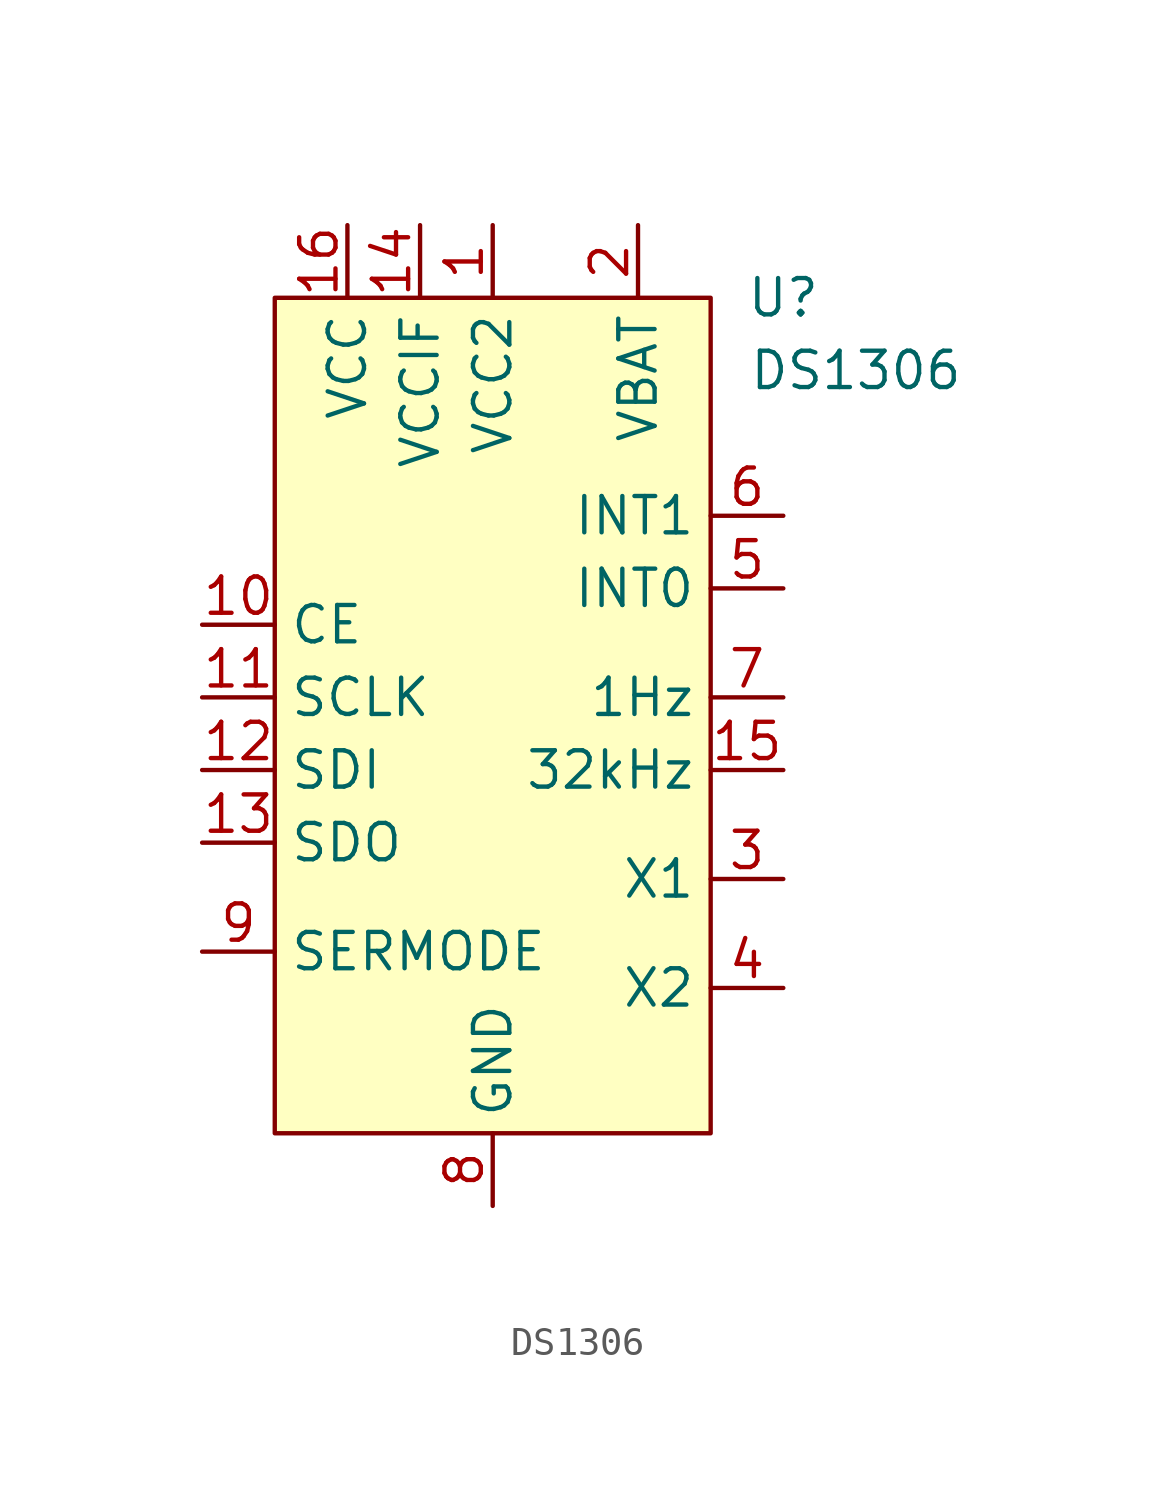
<source format=kicad_sym>
(kicad_symbol_lib
  (version 20211014)
  (generator kicad_symbol_editor)
  (symbol "DS1306"
    (property "Reference" "U"
      (at 20.32 11.43 0)
      (effects (font (size 1.27 1.27))))
    (property "Value" "DS1306"
      (at 22.86 8.89 0)
      (effects (font (size 1.27 1.27))))
    (symbol "DS1306_0_1"
      (rectangle (start 2.54 11.43) (end 17.78 -17.78) (stroke (width 0) (type default) (color 0 0 0 0)) (fill (type background))))
    (symbol "DS1306_1_1"
      (pin passive line (at 10.16 13.97 270) (length 2.54) (name "VCC2" (effects (font (size 1.27 1.27)))) (number "1" (effects (font (size 1.27 1.27)))))
      (pin input line (at 0 0 0) (length 2.54) (name "CE" (effects (font (size 1.27 1.27)))) (number "10" (effects (font (size 1.27 1.27)))))
      (pin input line (at 0 -2.54 0) (length 2.54) (name "SCLK" (effects (font (size 1.27 1.27)))) (number "11" (effects (font (size 1.27 1.27)))))
      (pin input line (at 0 -5.08 0) (length 2.54) (name "SDI" (effects (font (size 1.27 1.27)))) (number "12" (effects (font (size 1.27 1.27)))))
      (pin input line (at 0 -7.62 0) (length 2.54) (name "SDO" (effects (font (size 1.27 1.27)))) (number "13" (effects (font (size 1.27 1.27)))))
      (pin passive line (at 7.62 13.97 270) (length 2.54) (name "VCCIF" (effects (font (size 1.27 1.27)))) (number "14" (effects (font (size 1.27 1.27)))))
      (pin output line (at 20.32 -5.08 180) (length 2.54) (name "32kHz" (effects (font (size 1.27 1.27)))) (number "15" (effects (font (size 1.27 1.27)))))
      (pin passive line (at 5.08 13.97 270) (length 2.54) (name "VCC" (effects (font (size 1.27 1.27)))) (number "16" (effects (font (size 1.27 1.27)))))
      (pin passive line (at 15.24 13.97 270) (length 2.54) (name "VBAT" (effects (font (size 1.27 1.27)))) (number "2" (effects (font (size 1.27 1.27)))))
      (pin passive line (at 20.32 -8.89 180) (length 2.54) (name "X1" (effects (font (size 1.27 1.27)))) (number "3" (effects (font (size 1.27 1.27)))))
      (pin passive line (at 20.32 -12.7 180) (length 2.54) (name "X2" (effects (font (size 1.27 1.27)))) (number "4" (effects (font (size 1.27 1.27)))))
      (pin output line (at 20.32 1.27 180) (length 2.54) (name "INT0" (effects (font (size 1.27 1.27)))) (number "5" (effects (font (size 1.27 1.27)))))
      (pin output line (at 20.32 3.81 180) (length 2.54) (name "INT1" (effects (font (size 1.27 1.27)))) (number "6" (effects (font (size 1.27 1.27)))))
      (pin output line (at 20.32 -2.54 180) (length 2.54) (name "1Hz" (effects (font (size 1.27 1.27)))) (number "7" (effects (font (size 1.27 1.27)))))
      (pin passive line (at 10.16 -20.32 90) (length 2.54) (name "GND" (effects (font (size 1.27 1.27)))) (number "8" (effects (font (size 1.27 1.27)))))
      (pin passive line (at 0 -11.43 0) (length 2.54) (name "SERMODE" (effects (font (size 1.27 1.27)))) (number "9" (effects (font (size 1.27 1.27))))))))
</source>
